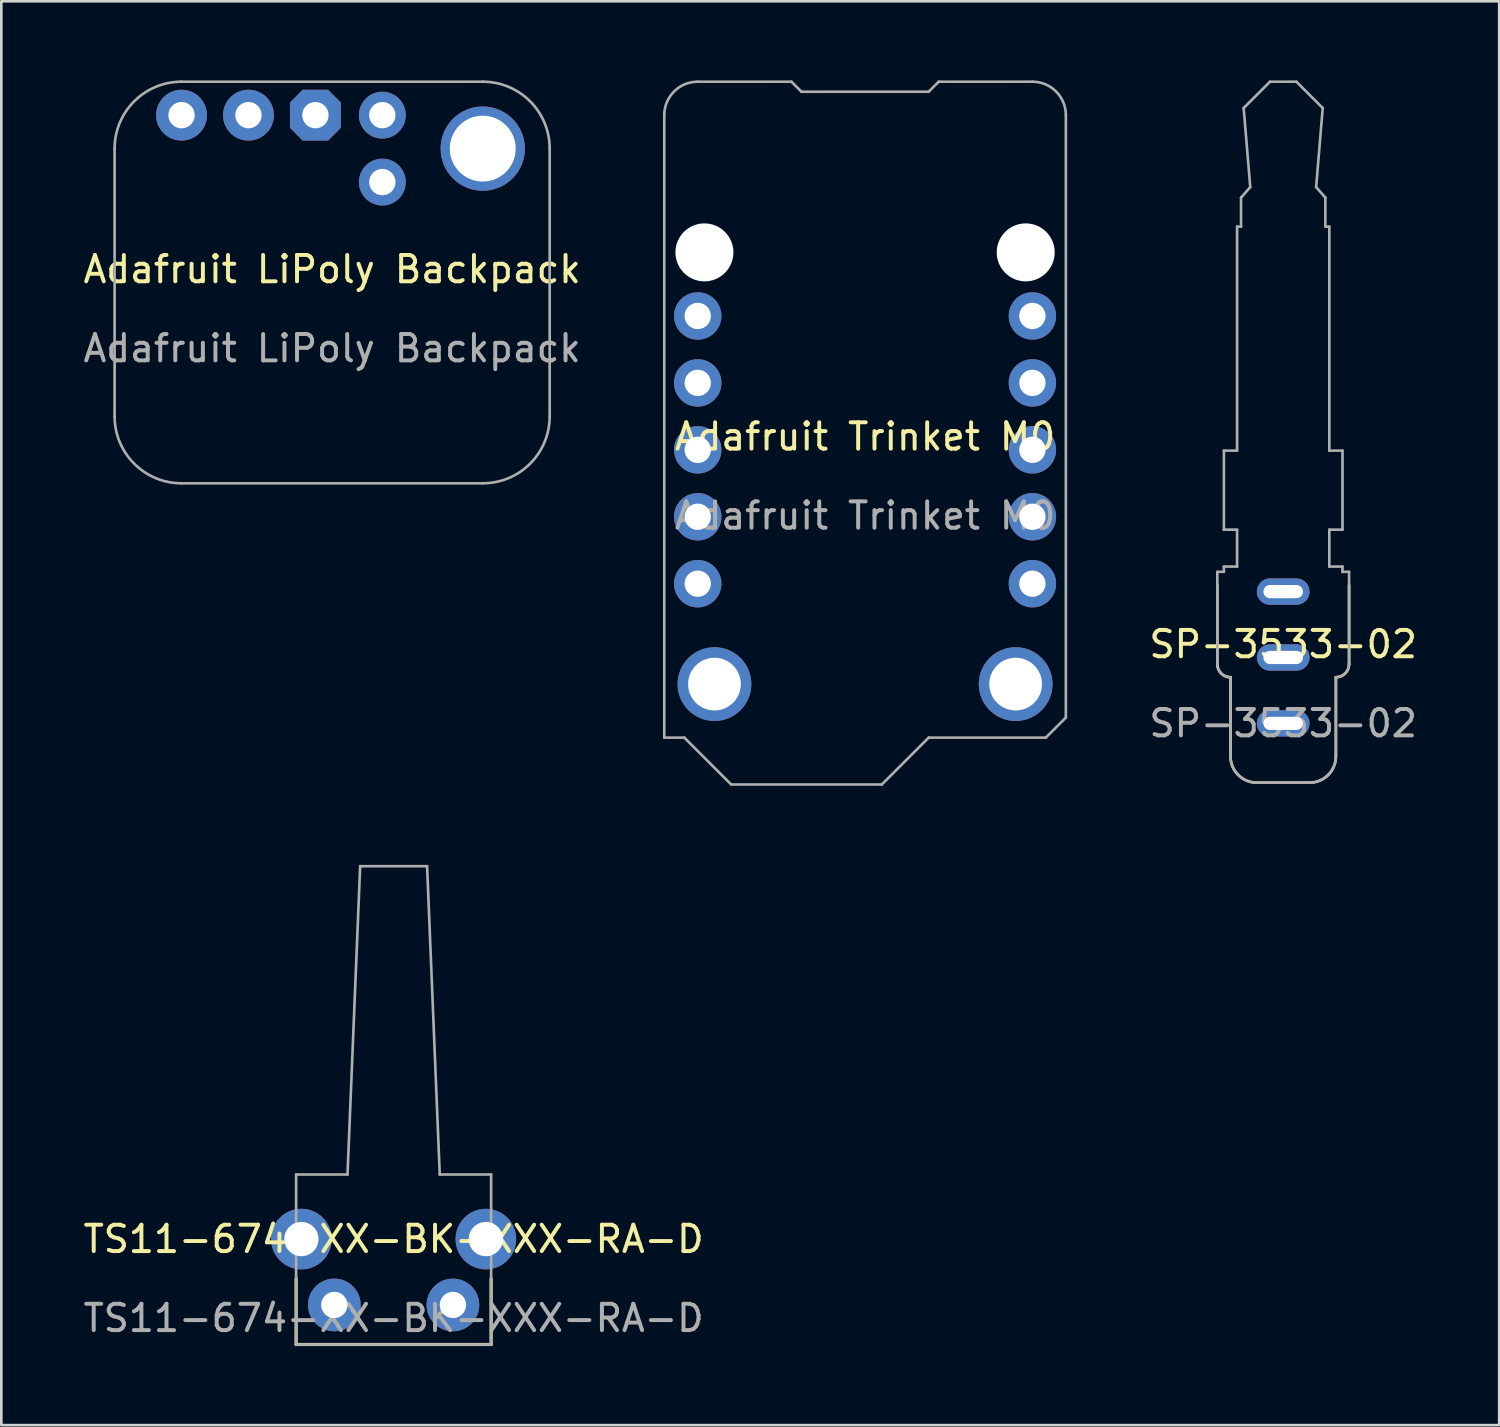
<source format=kicad_pcb>
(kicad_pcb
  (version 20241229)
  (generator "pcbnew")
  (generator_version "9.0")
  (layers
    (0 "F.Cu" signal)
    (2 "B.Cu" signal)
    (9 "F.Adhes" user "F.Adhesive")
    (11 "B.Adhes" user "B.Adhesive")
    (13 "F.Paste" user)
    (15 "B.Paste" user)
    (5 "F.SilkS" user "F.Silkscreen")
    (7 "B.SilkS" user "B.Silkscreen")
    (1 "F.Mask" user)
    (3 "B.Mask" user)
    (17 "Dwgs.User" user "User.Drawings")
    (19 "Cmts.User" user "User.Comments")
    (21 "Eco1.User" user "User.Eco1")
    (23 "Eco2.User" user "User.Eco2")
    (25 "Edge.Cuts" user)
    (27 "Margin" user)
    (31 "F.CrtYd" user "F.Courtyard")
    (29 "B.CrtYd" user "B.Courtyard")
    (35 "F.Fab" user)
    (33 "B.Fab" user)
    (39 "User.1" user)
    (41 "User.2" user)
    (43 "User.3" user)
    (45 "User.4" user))
  (footprint "SP-3533-02"
    (layer "F.Cu")
    (at 45.644 21.9)
    (property "Reference" "SP-3533-02" (at 0 -0.5 0) (unlocked yes) (layer "F.SilkS") (effects (font (size 1 1) (thickness 0.15))))
    (attr through_hole)
    (fp_line (start -2.5 0.25) (end -2.5 -2.75) (stroke (width 0.1) (type solid)) (layer "F.SilkS"))
    (fp_line (start -2 3.75) (end -2 0.75) (stroke (width 0.1) (type solid)) (layer "F.SilkS"))
    (fp_line (start 1 4.75) (end -1 4.75) (stroke (width 0.1) (type solid)) (layer "F.SilkS"))
    (fp_line (start 2 0.75) (end 2 3.75) (stroke (width 0.1) (type solid)) (layer "F.SilkS"))
    (fp_line (start 2.5 -2.75) (end 2.5 0.25) (stroke (width 0.1) (type solid)) (layer "F.SilkS"))
    (fp_arc (start -2 0.75) (mid -2.353553 0.603553) (end -2.5 0.25) (stroke (width 0.1) (type solid)) (layer "F.SilkS"))
    (fp_arc (start -1 4.75) (mid -1.707107 4.457107) (end -2 3.75) (stroke (width 0.1) (type solid)) (layer "F.SilkS"))
    (fp_arc (start 2 3.75) (mid 1.707107 4.457107) (end 1 4.75) (stroke (width 0.1) (type solid)) (layer "F.SilkS"))
    (fp_arc (start 2.5 0.25) (mid 2.353553 0.603553) (end 2 0.75) (stroke (width 0.1) (type solid)) (layer "F.SilkS"))
    (fp_line (start -2.5 0.25) (end -2.5 -3.25) (stroke (width 0.1) (type solid)) (layer "F.Fab"))
    (fp_line (start -2.25 -7.85) (end -2.25 -4.85) (stroke (width 0.1) (type solid)) (layer "F.Fab"))
    (fp_line (start -2.25 -4.85) (end -1.75 -4.85) (stroke (width 0.1) (type solid)) (layer "F.Fab"))
    (fp_line (start -2.25 -3.45) (end -2.25 -3.25) (stroke (width 0.1) (type solid)) (layer "F.Fab"))
    (fp_line (start -2.25 -3.25) (end -2.5 -3.25) (stroke (width 0.1) (type solid)) (layer "F.Fab"))
    (fp_line (start -2 3.75) (end -2 0.75) (stroke (width 0.1) (type solid)) (layer "F.Fab"))
    (fp_line (start -1.75 -16.35) (end -1.75 -7.85) (stroke (width 0.1) (type solid)) (layer "F.Fab"))
    (fp_line (start -1.75 -7.85) (end -2.25 -7.85) (stroke (width 0.1) (type solid)) (layer "F.Fab"))
    (fp_line (start -1.75 -4.85) (end -1.75 -3.45) (stroke (width 0.1) (type solid)) (layer "F.Fab"))
    (fp_line (start -1.75 -3.45) (end -2.25 -3.45) (stroke (width 0.1) (type solid)) (layer "F.Fab"))
    (fp_line (start -1.6 -17.45) (end -1.6 -16.35) (stroke (width 0.1) (type solid)) (layer "F.Fab"))
    (fp_line (start -1.6 -16.35) (end -1.75 -16.35) (stroke (width 0.1) (type solid)) (layer "F.Fab"))
    (fp_line (start -1.5 -20.85) (end -1.25 -17.85) (stroke (width 0.1) (type solid)) (layer "F.Fab"))
    (fp_line (start -1.25 -17.85) (end -1.6 -17.45) (stroke (width 0.1) (type solid)) (layer "F.Fab"))
    (fp_line (start -0.5 -21.85) (end -1.5 -20.85) (stroke (width 0.1) (type solid)) (layer "F.Fab"))
    (fp_line (start -0.5 -21.85) (end 0.5 -21.85) (stroke (width 0.1) (type solid)) (layer "F.Fab"))
    (fp_line (start 0.5 -21.85) (end 1.5 -20.85) (stroke (width 0.1) (type solid)) (layer "F.Fab"))
    (fp_line (start 1 4.75) (end -1 4.75) (stroke (width 0.1) (type solid)) (layer "F.Fab"))
    (fp_line (start 1.25 -17.85) (end 1.6 -17.45) (stroke (width 0.1) (type solid)) (layer "F.Fab"))
    (fp_line (start 1.5 -20.85) (end 1.25 -17.85) (stroke (width 0.1) (type solid)) (layer "F.Fab"))
    (fp_line (start 1.6 -17.45) (end 1.6 -16.35) (stroke (width 0.1) (type solid)) (layer "F.Fab"))
    (fp_line (start 1.6 -16.35) (end 1.75 -16.35) (stroke (width 0.1) (type solid)) (layer "F.Fab"))
    (fp_line (start 1.75 -16.35) (end 1.75 -7.85) (stroke (width 0.1) (type solid)) (layer "F.Fab"))
    (fp_line (start 1.75 -7.85) (end 2.25 -7.85) (stroke (width 0.1) (type solid)) (layer "F.Fab"))
    (fp_line (start 1.75 -4.85) (end 1.75 -3.45) (stroke (width 0.1) (type solid)) (layer "F.Fab"))
    (fp_line (start 1.75 -3.45) (end 2.25 -3.45) (stroke (width 0.1) (type solid)) (layer "F.Fab"))
    (fp_line (start 2 0.75) (end 2 3.75) (stroke (width 0.1) (type solid)) (layer "F.Fab"))
    (fp_line (start 2.25 -7.85) (end 2.25 -4.85) (stroke (width 0.1) (type solid)) (layer "F.Fab"))
    (fp_line (start 2.25 -4.85) (end 1.75 -4.85) (stroke (width 0.1) (type solid)) (layer "F.Fab"))
    (fp_line (start 2.25 -3.45) (end 2.25 -3.25) (stroke (width 0.1) (type solid)) (layer "F.Fab"))
    (fp_line (start 2.25 -3.25) (end 2.5 -3.25) (stroke (width 0.1) (type solid)) (layer "F.Fab"))
    (fp_line (start 2.5 -3.25) (end 2.5 0.25) (stroke (width 0.1) (type solid)) (layer "F.Fab"))
    (fp_arc (start -2 0.75) (mid -2.353553 0.603553) (end -2.5 0.25) (stroke (width 0.1) (type solid)) (layer "F.Fab"))
    (fp_arc (start -1 4.75) (mid -1.707107 4.457107) (end -2 3.75) (stroke (width 0.1) (type solid)) (layer "F.Fab"))
    (fp_arc (start 2 3.75) (mid 1.707107 4.457107) (end 1 4.75) (stroke (width 0.1) (type solid)) (layer "F.Fab"))
    (fp_arc (start 2.5 0.25) (mid 2.353553 0.603553) (end 2 0.75) (stroke (width 0.1) (type solid)) (layer "F.Fab"))
    (fp_text user "${REFERENCE}" (at 0 2.5 0) (unlocked yes) (layer "F.Fab") (effects (font (size 1 1) (thickness 0.15))))
    (pad "R" thru_hole oval (at 0 0) (size 2 1) (drill oval 1.5 0.5) (layers "*.Cu" "*.Mask"))
    (pad "S" thru_hole oval (at 0 -2.5) (size 2 1) (drill oval 1.5 0.5) (layers "*.Cu" "*.Mask"))
    (pad "T" thru_hole oval (at 0 2.5) (size 2 1) (drill oval 1.5 0.5) (layers "*.Cu" "*.Mask")))
  (footprint "Adafruit Trinket M0"
    (layer "F.Cu")
    (at 29.777 14.02)
    (property "Reference" "Adafruit Trinket M0" (at 0 -0.5 0) (unlocked yes) (layer "F.SilkS") (effects (font (size 1 1) (thickness 0.15))))
    (attr through_hole)
    (fp_line (start -7.62 10.922) (end -7.62 -12.7) (stroke (width 0.1) (type solid)) (layer "F.Fab"))
    (fp_line (start -6.858 10.922) (end -7.62 10.922) (stroke (width 0.1) (type solid)) (layer "F.Fab"))
    (fp_line (start -6.35 -13.97) (end -2.794 -13.97) (stroke (width 0.1) (type solid)) (layer "F.Fab"))
    (fp_line (start -5.08 12.7) (end -6.858 10.922) (stroke (width 0.1) (type solid)) (layer "F.Fab"))
    (fp_line (start -2.794 -13.97) (end -2.413 -13.589) (stroke (width 0.1) (type solid)) (layer "F.Fab"))
    (fp_line (start -2.413 -13.589) (end 2.413 -13.589) (stroke (width 0.1) (type solid)) (layer "F.Fab"))
    (fp_line (start 0.635 12.7) (end -5.08 12.7) (stroke (width 0.1) (type solid)) (layer "F.Fab"))
    (fp_line (start 2.413 -13.589) (end 2.794 -13.97) (stroke (width 0.1) (type solid)) (layer "F.Fab"))
    (fp_line (start 2.413 10.922) (end 0.635 12.7) (stroke (width 0.1) (type solid)) (layer "F.Fab"))
    (fp_line (start 2.794 -13.97) (end 6.35 -13.97) (stroke (width 0.1) (type solid)) (layer "F.Fab"))
    (fp_line (start 6.858 10.922) (end 2.413 10.922) (stroke (width 0.1) (type solid)) (layer "F.Fab"))
    (fp_line (start 7.62 -12.7) (end 7.62 10.16) (stroke (width 0.1) (type solid)) (layer "F.Fab"))
    (fp_line (start 7.62 10.16) (end 6.858 10.922) (stroke (width 0.1) (type solid)) (layer "F.Fab"))
    (fp_arc (start -7.62 -12.7) (mid -7.248026 -13.598026) (end -6.35 -13.97) (stroke (width 0.1) (type solid)) (layer "F.Fab"))
    (fp_arc (start 6.35 -13.97) (mid 7.248026 -13.598026) (end 7.62 -12.7) (stroke (width 0.1) (type solid)) (layer "F.Fab"))
    (fp_text user "${REFERENCE}" (at 0 2.5 0) (unlocked yes) (layer "F.Fab") (effects (font (size 1 1) (thickness 0.15))))
    (pad "" np_thru_hole circle (at -6.096 -7.493) (size 2.2 2.2) (drill 2.2) (layers "*.Cu" "*.Mask"))
    (pad "" np_thru_hole circle (at 6.096 -7.493) (size 2.2 2.2) (drill 2.2) (layers "*.Cu" "*.Mask"))
    (pad "1" thru_hole circle (at -6.35 -5.08) (size 1.8 1.8) (drill 1) (layers "*.Cu" "*.Mask"))
    (pad "2" thru_hole circle (at -6.35 -2.54) (size 1.8 1.8) (drill 1) (layers "*.Cu" "*.Mask"))
    (pad "3" thru_hole circle (at -6.35 0) (size 1.8 1.8) (drill 1) (layers "*.Cu" "*.Mask"))
    (pad "4" thru_hole circle (at -6.35 2.54) (size 1.8 1.8) (drill 1) (layers "*.Cu" "*.Mask"))
    (pad "5" thru_hole circle (at -6.35 5.08) (size 1.8 1.8) (drill 1) (layers "*.Cu" "*.Mask"))
    (pad "6" thru_hole circle (at 6.35 5.08) (size 1.8 1.8) (drill 1) (layers "*.Cu" "*.Mask"))
    (pad "7" thru_hole circle (at 6.35 2.54) (size 1.8 1.8) (drill 1) (layers "*.Cu" "*.Mask"))
    (pad "8" thru_hole circle (at 6.35 0) (size 1.8 1.8) (drill 1) (layers "*.Cu" "*.Mask"))
    (pad "9" thru_hole circle (at 6.35 -2.54) (size 1.8 1.8) (drill 1) (layers "*.Cu" "*.Mask"))
    (pad "10" thru_hole circle (at 6.35 -5.08) (size 1.8 1.8) (drill 1) (layers "*.Cu" "*.Mask"))
    (pad "11" thru_hole circle (at 5.715 8.89) (size 2.8 2.8) (drill 2) (layers "*.Cu" "*.Mask"))
    (pad "12" thru_hole circle (at -5.715 8.89) (size 2.8 2.8) (drill 2) (layers "*.Cu" "*.Mask")))
  (footprint "TS11-674-XX-BK-XXX-RA-D"
    (layer "F.Cu")
    (at 11.887 46.47)
    (property "Reference" "TS11-674-XX-BK-XXX-RA-D" (at 0 -2.5 0) (unlocked yes) (layer "F.SilkS") (effects (font (size 1 1) (thickness 0.15))))
    (attr smd)
    (fp_line (start -3.7 -1) (end -3.7 1.5) (stroke (width 0.12) (type solid)) (layer "F.SilkS"))
    (fp_line (start -3.7 1.5) (end 3.7 1.5) (stroke (width 0.12) (type solid)) (layer "F.SilkS"))
    (fp_line (start 3.7 1.5) (end 3.7 -1) (stroke (width 0.12) (type solid)) (layer "F.SilkS"))
    (fp_line (start -3.7 -4.95) (end -3.7 1.5) (stroke (width 0.1) (type solid)) (layer "F.Fab"))
    (fp_line (start -3.7 -4.95) (end -1.75 -4.95) (stroke (width 0.1) (type solid)) (layer "F.Fab"))
    (fp_line (start -3.7 1.5) (end 3.7 1.5) (stroke (width 0.1) (type solid)) (layer "F.Fab"))
    (fp_line (start -1.27 -16.65) (end -1.75 -4.95) (stroke (width 0.1) (type solid)) (layer "F.Fab"))
    (fp_line (start 1.27 -16.65) (end -1.27 -16.65) (stroke (width 0.1) (type solid)) (layer "F.Fab"))
    (fp_line (start 1.27 -16.65) (end 1.75 -4.95) (stroke (width 0.1) (type solid)) (layer "F.Fab"))
    (fp_line (start 3.7 -4.95) (end 1.75 -4.95) (stroke (width 0.1) (type solid)) (layer "F.Fab"))
    (fp_line (start 3.7 -4.95) (end 3.7 1.5) (stroke (width 0.1) (type solid)) (layer "F.Fab"))
    (fp_text user "${REFERENCE}" (at 0 0.5 0) (unlocked yes) (layer "F.Fab") (effects (font (size 1 1) (thickness 0.15))))
    (pad "1" thru_hole circle (at -2.25 0) (size 2 2) (drill 1) (layers "*.Cu" "*.Mask"))
    (pad "2" thru_hole circle (at 2.25 0) (size 2 2) (drill 1) (layers "*.Cu" "*.Mask"))
    (pad "3" thru_hole circle (at 3.5 -2.5) (size 2.3 2.3) (drill 1.3) (layers "*.Cu" "*.Mask"))
    (pad "4" thru_hole circle (at -3.5 -2.5) (size 2.3 2.3) (drill 1.3) (layers "*.Cu" "*.Mask")))
  (footprint "Adafruit LiPoly Backpack"
    (layer "F.Cu")
    (at 9.554 7.67)
    (property "Reference" "Adafruit LiPoly Backpack" (at 0 -0.5 0) (unlocked yes) (layer "F.SilkS") (effects (font (size 1 1) (thickness 0.15))))
    (attr through_hole)
    (fp_line (start -8.255 5.08) (end -8.255 -5.08) (stroke (width 0.1) (type solid)) (layer "F.Fab"))
    (fp_line (start -5.715 -7.62) (end 5.715 -7.62) (stroke (width 0.1) (type solid)) (layer "F.Fab"))
    (fp_line (start 5.715 7.62) (end -5.715 7.62) (stroke (width 0.1) (type solid)) (layer "F.Fab"))
    (fp_line (start 8.255 -5.08) (end 8.255 5.08) (stroke (width 0.1) (type solid)) (layer "F.Fab"))
    (fp_arc (start -8.255 -5.08) (mid -7.511051 -6.876051) (end -5.715 -7.62) (stroke (width 0.1) (type solid)) (layer "F.Fab"))
    (fp_arc (start -5.715 7.62) (mid -7.511051 6.876051) (end -8.255 5.08) (stroke (width 0.1) (type solid)) (layer "F.Fab"))
    (fp_arc (start 5.715 -7.62) (mid 7.511051 -6.876051) (end 8.255 -5.08) (stroke (width 0.1) (type solid)) (layer "F.Fab"))
    (fp_arc (start 8.255 5.08) (mid 7.511051 6.876051) (end 5.715 7.62) (stroke (width 0.1) (type solid)) (layer "F.Fab"))
    (fp_text user "${REFERENCE}" (at 0 2.5 0) (unlocked yes) (layer "F.Fab") (effects (font (size 1 1) (thickness 0.15))))
    (pad "1" thru_hole circle (at -5.715 -6.35) (size 1.93 1.93) (drill 1) (layers "*.Cu" "*.Mask"))
    (pad "2" thru_hole circle (at -3.175 -6.35) (size 1.93 1.93) (drill 1) (layers "*.Cu" "*.Mask"))
    (pad "3" thru_hole roundrect (at -0.635 -6.35) (size 1.93 1.93) (drill 1) (layers "*.Cu" "*.Mask") (roundrect_rratio 0) (chamfer_ratio 0.25) (chamfer top_left top_right bottom_left bottom_right))
    (pad "4" thru_hole circle (at 1.905 -6.35) (size 1.778 1.778) (drill 1) (layers "*.Cu" "*.Mask"))
    (pad "5" thru_hole circle (at 1.905 -3.81) (size 1.778 1.778) (drill 1) (layers "*.Cu" "*.Mask"))
    (pad "6" thru_hole circle (at 5.715 -5.08) (size 3.2 3.2) (drill 2.5) (layers "*.Cu" "*.Mask")))
  (gr_rect
    (start -3 -3)
    (end 53.84 51.03)
    (stroke (width 0.1) (type default))
    (fill no)
    (layer "Edge.Cuts")))
</source>
